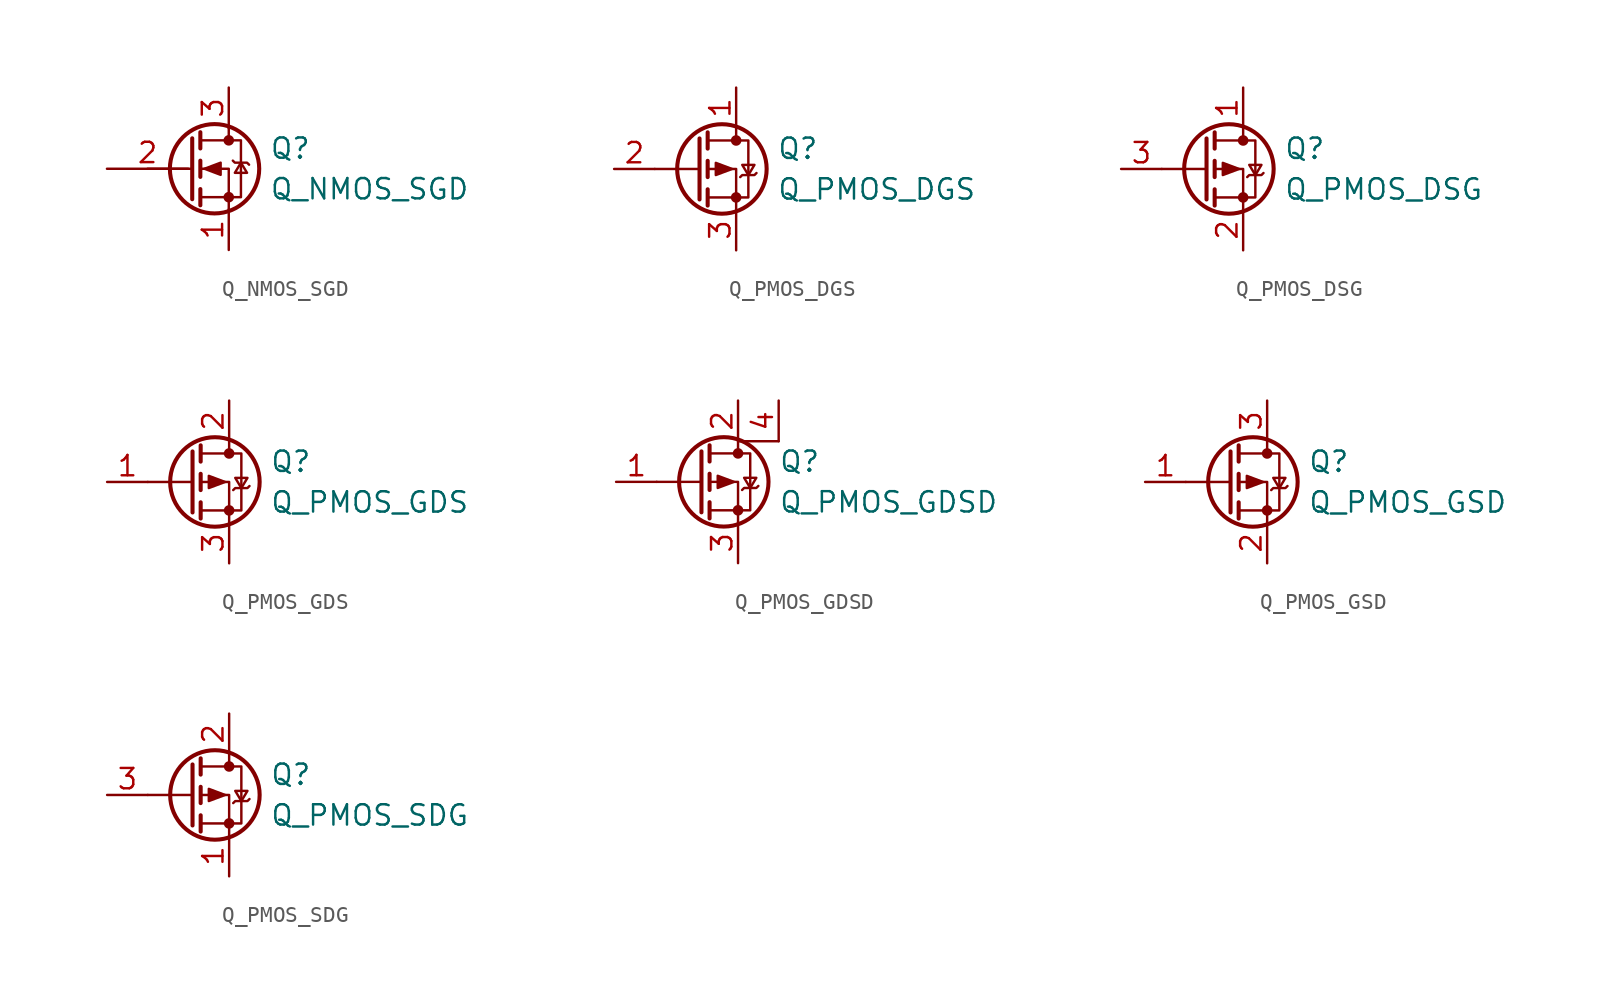
<source format=kicad_sym>
(kicad_symbol_lib
  (version 20201005)
  (generator kicad_symbol_editor)
  (symbol "Q_NMOS_SGD"
    (pin_names
      (offset 0) hide)
    (property "Reference" "Q"
      (at 5.08 1.27 0)
      (effects (font (size 1.27 1.27)) (justify left)))
    (property "Value" "Q_NMOS_SGD"
      (at 5.08 -1.27 0)
      (effects (font (size 1.27 1.27)) (justify left)))
    (symbol "Q_NMOS_SGD_0_1"
      (circle (center 1.651 0) (radius 2.794) (stroke (width 0.254)) (fill (type none)))
      (circle (center 2.54 -1.778) (radius 0.254) (stroke (width 0)) (fill (type outline)))
      (circle (center 2.54 1.778) (radius 0.254) (stroke (width 0)) (fill (type outline)))
      (polyline (pts (xy 0.254 0) (xy -2.54 0)) (stroke (width 0)) (fill (type none)))
      (polyline (pts (xy 0.254 1.905) (xy 0.254 -1.905)) (stroke (width 0.254)) (fill (type none)))
      (polyline (pts (xy 0.762 -1.27) (xy 0.762 -2.286)) (stroke (width 0.254)) (fill (type none)))
      (polyline (pts (xy 0.762 0.508) (xy 0.762 -0.508)) (stroke (width 0.254)) (fill (type none)))
      (polyline (pts (xy 0.762 2.286) (xy 0.762 1.27)) (stroke (width 0.254)) (fill (type none)))
      (polyline (pts (xy 2.54 2.54) (xy 2.54 1.778)) (stroke (width 0)) (fill (type none)))
      (polyline (pts (xy 2.54 -2.54) (xy 2.54 0) (xy 0.762 0)) (stroke (width 0)) (fill (type none)))
      (polyline (pts (xy 0.762 -1.778) (xy 3.302 -1.778) (xy 3.302 1.778) (xy 0.762 1.778)) (stroke (width 0)) (fill (type none)))
      (polyline (pts (xy 2.794 0.508) (xy 2.921 0.381) (xy 3.683 0.381) (xy 3.81 0.254)) (stroke (width 0)) (fill (type none)))
      (polyline (pts (xy 3.302 0.381) (xy 2.921 -0.254) (xy 3.683 -0.254) (xy 3.302 0.381)) (stroke (width 0)) (fill (type none)))
      (polyline (pts (xy 1.016 0) (xy 2.032 0.381) (xy 2.032 -0.381) (xy 1.016 0)) (stroke (width 0)) (fill (type outline))))
    (symbol "Q_NMOS_SGD_1_1"
      (pin passive line (at 2.54 -5.08 90) (length 2.54) (name "S" (effects (font (size 1.27 1.27)))) (number "1" (effects (font (size 1.27 1.27)))))
      (pin input line (at -5.08 0 0) (length 5.08) (name "G" (effects (font (size 1.27 1.27)))) (number "2" (effects (font (size 1.27 1.27)))))
      (pin passive line (at 2.54 5.08 270) (length 2.54) (name "D" (effects (font (size 1.27 1.27)))) (number "3" (effects (font (size 1.27 1.27)))))))
  (symbol "Q_PMOS_DGS"
    (pin_names
      (offset 0) hide)
    (property "Reference" "Q"
      (at 5.08 1.27 0)
      (effects (font (size 1.27 1.27)) (justify left)))
    (property "Value" "Q_PMOS_DGS"
      (at 5.08 -1.27 0)
      (effects (font (size 1.27 1.27)) (justify left)))
    (symbol "Q_PMOS_DGS_0_1"
      (circle (center 1.651 0) (radius 2.794) (stroke (width 0.254)) (fill (type none)))
      (circle (center 2.54 -1.778) (radius 0.254) (stroke (width 0)) (fill (type outline)))
      (circle (center 2.54 1.778) (radius 0.254) (stroke (width 0)) (fill (type outline)))
      (polyline (pts (xy 0.254 0) (xy -2.54 0)) (stroke (width 0)) (fill (type none)))
      (polyline (pts (xy 0.254 1.905) (xy 0.254 -1.905)) (stroke (width 0.254)) (fill (type none)))
      (polyline (pts (xy 0.762 -1.27) (xy 0.762 -2.286)) (stroke (width 0.254)) (fill (type none)))
      (polyline (pts (xy 0.762 0.508) (xy 0.762 -0.508)) (stroke (width 0.254)) (fill (type none)))
      (polyline (pts (xy 0.762 2.286) (xy 0.762 1.27)) (stroke (width 0.254)) (fill (type none)))
      (polyline (pts (xy 2.54 2.54) (xy 2.54 1.778)) (stroke (width 0)) (fill (type none)))
      (polyline (pts (xy 2.54 -2.54) (xy 2.54 0) (xy 0.762 0)) (stroke (width 0)) (fill (type none)))
      (polyline (pts (xy 0.762 1.778) (xy 3.302 1.778) (xy 3.302 -1.778) (xy 0.762 -1.778)) (stroke (width 0)) (fill (type none)))
      (polyline (pts (xy 2.794 -0.508) (xy 2.921 -0.381) (xy 3.683 -0.381) (xy 3.81 -0.254)) (stroke (width 0)) (fill (type none)))
      (polyline (pts (xy 3.302 -0.381) (xy 2.921 0.254) (xy 3.683 0.254) (xy 3.302 -0.381)) (stroke (width 0)) (fill (type none)))
      (polyline (pts (xy 2.286 0) (xy 1.27 0.381) (xy 1.27 -0.381) (xy 2.286 0)) (stroke (width 0)) (fill (type outline))))
    (symbol "Q_PMOS_DGS_1_1"
      (pin passive line (at 2.54 5.08 270) (length 2.54) (name "D" (effects (font (size 1.27 1.27)))) (number "1" (effects (font (size 1.27 1.27)))))
      (pin input line (at -5.08 0 0) (length 2.54) (name "G" (effects (font (size 1.27 1.27)))) (number "2" (effects (font (size 1.27 1.27)))))
      (pin passive line (at 2.54 -5.08 90) (length 2.54) (name "S" (effects (font (size 1.27 1.27)))) (number "3" (effects (font (size 1.27 1.27)))))))
  (symbol "Q_PMOS_DSG"
    (pin_names
      (offset 0) hide)
    (property "Reference" "Q"
      (at 5.08 1.27 0)
      (effects (font (size 1.27 1.27)) (justify left)))
    (property "Value" "Q_PMOS_DSG"
      (at 5.08 -1.27 0)
      (effects (font (size 1.27 1.27)) (justify left)))
    (symbol "Q_PMOS_DSG_0_1"
      (circle (center 1.651 0) (radius 2.794) (stroke (width 0.254)) (fill (type none)))
      (circle (center 2.54 -1.778) (radius 0.254) (stroke (width 0)) (fill (type outline)))
      (circle (center 2.54 1.778) (radius 0.254) (stroke (width 0)) (fill (type outline)))
      (polyline (pts (xy 0.254 0) (xy -2.54 0)) (stroke (width 0)) (fill (type none)))
      (polyline (pts (xy 0.254 1.905) (xy 0.254 -1.905)) (stroke (width 0.254)) (fill (type none)))
      (polyline (pts (xy 0.762 -1.27) (xy 0.762 -2.286)) (stroke (width 0.254)) (fill (type none)))
      (polyline (pts (xy 0.762 0.508) (xy 0.762 -0.508)) (stroke (width 0.254)) (fill (type none)))
      (polyline (pts (xy 0.762 2.286) (xy 0.762 1.27)) (stroke (width 0.254)) (fill (type none)))
      (polyline (pts (xy 2.54 2.54) (xy 2.54 1.778)) (stroke (width 0)) (fill (type none)))
      (polyline (pts (xy 2.54 -2.54) (xy 2.54 0) (xy 0.762 0)) (stroke (width 0)) (fill (type none)))
      (polyline (pts (xy 0.762 1.778) (xy 3.302 1.778) (xy 3.302 -1.778) (xy 0.762 -1.778)) (stroke (width 0)) (fill (type none)))
      (polyline (pts (xy 2.794 -0.508) (xy 2.921 -0.381) (xy 3.683 -0.381) (xy 3.81 -0.254)) (stroke (width 0)) (fill (type none)))
      (polyline (pts (xy 3.302 -0.381) (xy 2.921 0.254) (xy 3.683 0.254) (xy 3.302 -0.381)) (stroke (width 0)) (fill (type none)))
      (polyline (pts (xy 2.286 0) (xy 1.27 0.381) (xy 1.27 -0.381) (xy 2.286 0)) (stroke (width 0)) (fill (type outline))))
    (symbol "Q_PMOS_DSG_1_1"
      (pin passive line (at 2.54 5.08 270) (length 2.54) (name "D" (effects (font (size 1.27 1.27)))) (number "1" (effects (font (size 1.27 1.27)))))
      (pin passive line (at 2.54 -5.08 90) (length 2.54) (name "S" (effects (font (size 1.27 1.27)))) (number "2" (effects (font (size 1.27 1.27)))))
      (pin input line (at -5.08 0 0) (length 2.54) (name "G" (effects (font (size 1.27 1.27)))) (number "3" (effects (font (size 1.27 1.27)))))))
  (symbol "Q_PMOS_GDS"
    (pin_names
      (offset 0) hide)
    (property "Reference" "Q"
      (at 5.08 1.27 0)
      (effects (font (size 1.27 1.27)) (justify left)))
    (property "Value" "Q_PMOS_GDS"
      (at 5.08 -1.27 0)
      (effects (font (size 1.27 1.27)) (justify left)))
    (symbol "Q_PMOS_GDS_0_1"
      (circle (center 1.651 0) (radius 2.794) (stroke (width 0.254)) (fill (type none)))
      (circle (center 2.54 -1.778) (radius 0.254) (stroke (width 0)) (fill (type outline)))
      (circle (center 2.54 1.778) (radius 0.254) (stroke (width 0)) (fill (type outline)))
      (polyline (pts (xy 0.254 0) (xy -2.54 0)) (stroke (width 0)) (fill (type none)))
      (polyline (pts (xy 0.254 1.905) (xy 0.254 -1.905)) (stroke (width 0.254)) (fill (type none)))
      (polyline (pts (xy 0.762 -1.27) (xy 0.762 -2.286)) (stroke (width 0.254)) (fill (type none)))
      (polyline (pts (xy 0.762 0.508) (xy 0.762 -0.508)) (stroke (width 0.254)) (fill (type none)))
      (polyline (pts (xy 0.762 2.286) (xy 0.762 1.27)) (stroke (width 0.254)) (fill (type none)))
      (polyline (pts (xy 2.54 2.54) (xy 2.54 1.778)) (stroke (width 0)) (fill (type none)))
      (polyline (pts (xy 2.54 -2.54) (xy 2.54 0) (xy 0.762 0)) (stroke (width 0)) (fill (type none)))
      (polyline (pts (xy 0.762 1.778) (xy 3.302 1.778) (xy 3.302 -1.778) (xy 0.762 -1.778)) (stroke (width 0)) (fill (type none)))
      (polyline (pts (xy 2.794 -0.508) (xy 2.921 -0.381) (xy 3.683 -0.381) (xy 3.81 -0.254)) (stroke (width 0)) (fill (type none)))
      (polyline (pts (xy 3.302 -0.381) (xy 2.921 0.254) (xy 3.683 0.254) (xy 3.302 -0.381)) (stroke (width 0)) (fill (type none)))
      (polyline (pts (xy 2.286 0) (xy 1.27 0.381) (xy 1.27 -0.381) (xy 2.286 0)) (stroke (width 0)) (fill (type outline))))
    (symbol "Q_PMOS_GDS_1_1"
      (pin input line (at -5.08 0 0) (length 2.54) (name "G" (effects (font (size 1.27 1.27)))) (number "1" (effects (font (size 1.27 1.27)))))
      (pin passive line (at 2.54 5.08 270) (length 2.54) (name "D" (effects (font (size 1.27 1.27)))) (number "2" (effects (font (size 1.27 1.27)))))
      (pin passive line (at 2.54 -5.08 90) (length 2.54) (name "S" (effects (font (size 1.27 1.27)))) (number "3" (effects (font (size 1.27 1.27)))))))
  (symbol "Q_PMOS_GDSD"
    (pin_names
      (offset 0) hide)
    (property "Reference" "Q"
      (at 5.08 1.27 0)
      (effects (font (size 1.27 1.27)) (justify left)))
    (property "Value" "Q_PMOS_GDSD"
      (at 5.08 -1.27 0)
      (effects (font (size 1.27 1.27)) (justify left)))
    (symbol "Q_PMOS_GDSD_0_1"
      (circle (center 1.651 0) (radius 2.794) (stroke (width 0.254)) (fill (type none)))
      (circle (center 2.54 -1.778) (radius 0.254) (stroke (width 0)) (fill (type outline)))
      (circle (center 2.54 1.778) (radius 0.254) (stroke (width 0)) (fill (type outline)))
      (polyline (pts (xy 0.254 0) (xy -2.54 0)) (stroke (width 0)) (fill (type none)))
      (polyline (pts (xy 0.254 1.905) (xy 0.254 -1.905)) (stroke (width 0.254)) (fill (type none)))
      (polyline (pts (xy 0.762 -1.27) (xy 0.762 -2.286)) (stroke (width 0.254)) (fill (type none)))
      (polyline (pts (xy 0.762 0.508) (xy 0.762 -0.508)) (stroke (width 0.254)) (fill (type none)))
      (polyline (pts (xy 0.762 2.286) (xy 0.762 1.27)) (stroke (width 0.254)) (fill (type none)))
      (polyline (pts (xy 2.54 -2.54) (xy 2.54 0) (xy 0.762 0)) (stroke (width 0)) (fill (type none)))
      (polyline (pts (xy 5.08 2.54) (xy 2.54 2.54) (xy 2.54 1.778)) (stroke (width 0)) (fill (type none)))
      (polyline (pts (xy 0.762 1.778) (xy 3.302 1.778) (xy 3.302 -1.778) (xy 0.762 -1.778)) (stroke (width 0)) (fill (type none)))
      (polyline (pts (xy 2.794 -0.508) (xy 2.921 -0.381) (xy 3.683 -0.381) (xy 3.81 -0.254)) (stroke (width 0)) (fill (type none)))
      (polyline (pts (xy 3.302 -0.381) (xy 2.921 0.254) (xy 3.683 0.254) (xy 3.302 -0.381)) (stroke (width 0)) (fill (type none)))
      (polyline (pts (xy 2.286 0) (xy 1.27 0.381) (xy 1.27 -0.381) (xy 2.286 0)) (stroke (width 0)) (fill (type outline))))
    (symbol "Q_PMOS_GDSD_1_1"
      (pin input line (at -5.08 0 0) (length 2.54) (name "G" (effects (font (size 1.27 1.27)))) (number "1" (effects (font (size 1.27 1.27)))))
      (pin passive line (at 2.54 5.08 270) (length 2.54) (name "D" (effects (font (size 1.27 1.27)))) (number "2" (effects (font (size 1.27 1.27)))))
      (pin passive line (at 2.54 -5.08 90) (length 2.54) (name "S" (effects (font (size 1.27 1.27)))) (number "3" (effects (font (size 1.27 1.27)))))
      (pin passive line (at 5.08 5.08 270) (length 2.54) (name "D" (effects (font (size 1.27 1.27)))) (number "4" (effects (font (size 1.27 1.27)))))))
  (symbol "Q_PMOS_GSD"
    (pin_names
      (offset 0) hide)
    (property "Reference" "Q"
      (at 5.08 1.27 0)
      (effects (font (size 1.27 1.27)) (justify left)))
    (property "Value" "Q_PMOS_GSD"
      (at 5.08 -1.27 0)
      (effects (font (size 1.27 1.27)) (justify left)))
    (symbol "Q_PMOS_GSD_0_1"
      (circle (center 1.651 0) (radius 2.794) (stroke (width 0.254)) (fill (type none)))
      (circle (center 2.54 -1.778) (radius 0.254) (stroke (width 0)) (fill (type outline)))
      (circle (center 2.54 1.778) (radius 0.254) (stroke (width 0)) (fill (type outline)))
      (polyline (pts (xy 0.254 0) (xy -2.54 0)) (stroke (width 0)) (fill (type none)))
      (polyline (pts (xy 0.254 1.905) (xy 0.254 -1.905)) (stroke (width 0.254)) (fill (type none)))
      (polyline (pts (xy 0.762 -1.27) (xy 0.762 -2.286)) (stroke (width 0.254)) (fill (type none)))
      (polyline (pts (xy 0.762 0.508) (xy 0.762 -0.508)) (stroke (width 0.254)) (fill (type none)))
      (polyline (pts (xy 0.762 2.286) (xy 0.762 1.27)) (stroke (width 0.254)) (fill (type none)))
      (polyline (pts (xy 2.54 2.54) (xy 2.54 1.778)) (stroke (width 0)) (fill (type none)))
      (polyline (pts (xy 2.54 -2.54) (xy 2.54 0) (xy 0.762 0)) (stroke (width 0)) (fill (type none)))
      (polyline (pts (xy 0.762 1.778) (xy 3.302 1.778) (xy 3.302 -1.778) (xy 0.762 -1.778)) (stroke (width 0)) (fill (type none)))
      (polyline (pts (xy 2.794 -0.508) (xy 2.921 -0.381) (xy 3.683 -0.381) (xy 3.81 -0.254)) (stroke (width 0)) (fill (type none)))
      (polyline (pts (xy 3.302 -0.381) (xy 2.921 0.254) (xy 3.683 0.254) (xy 3.302 -0.381)) (stroke (width 0)) (fill (type none)))
      (polyline (pts (xy 2.286 0) (xy 1.27 0.381) (xy 1.27 -0.381) (xy 2.286 0)) (stroke (width 0)) (fill (type outline))))
    (symbol "Q_PMOS_GSD_1_1"
      (pin input line (at -5.08 0 0) (length 2.54) (name "G" (effects (font (size 1.27 1.27)))) (number "1" (effects (font (size 1.27 1.27)))))
      (pin passive line (at 2.54 -5.08 90) (length 2.54) (name "S" (effects (font (size 1.27 1.27)))) (number "2" (effects (font (size 1.27 1.27)))))
      (pin passive line (at 2.54 5.08 270) (length 2.54) (name "D" (effects (font (size 1.27 1.27)))) (number "3" (effects (font (size 1.27 1.27)))))))
  (symbol "Q_PMOS_SDG"
    (pin_names
      (offset 0) hide)
    (property "Reference" "Q"
      (at 5.08 1.27 0)
      (effects (font (size 1.27 1.27)) (justify left)))
    (property "Value" "Q_PMOS_SDG"
      (at 5.08 -1.27 0)
      (effects (font (size 1.27 1.27)) (justify left)))
    (symbol "Q_PMOS_SDG_0_1"
      (circle (center 1.651 0) (radius 2.794) (stroke (width 0.254)) (fill (type none)))
      (circle (center 2.54 -1.778) (radius 0.254) (stroke (width 0)) (fill (type outline)))
      (circle (center 2.54 1.778) (radius 0.254) (stroke (width 0)) (fill (type outline)))
      (polyline (pts (xy 0.254 0) (xy -2.54 0)) (stroke (width 0)) (fill (type none)))
      (polyline (pts (xy 0.254 1.905) (xy 0.254 -1.905)) (stroke (width 0.254)) (fill (type none)))
      (polyline (pts (xy 0.762 -1.27) (xy 0.762 -2.286)) (stroke (width 0.254)) (fill (type none)))
      (polyline (pts (xy 0.762 0.508) (xy 0.762 -0.508)) (stroke (width 0.254)) (fill (type none)))
      (polyline (pts (xy 0.762 2.286) (xy 0.762 1.27)) (stroke (width 0.254)) (fill (type none)))
      (polyline (pts (xy 2.54 2.54) (xy 2.54 1.778)) (stroke (width 0)) (fill (type none)))
      (polyline (pts (xy 2.54 -2.54) (xy 2.54 0) (xy 0.762 0)) (stroke (width 0)) (fill (type none)))
      (polyline (pts (xy 0.762 1.778) (xy 3.302 1.778) (xy 3.302 -1.778) (xy 0.762 -1.778)) (stroke (width 0)) (fill (type none)))
      (polyline (pts (xy 2.794 -0.508) (xy 2.921 -0.381) (xy 3.683 -0.381) (xy 3.81 -0.254)) (stroke (width 0)) (fill (type none)))
      (polyline (pts (xy 3.302 -0.381) (xy 2.921 0.254) (xy 3.683 0.254) (xy 3.302 -0.381)) (stroke (width 0)) (fill (type none)))
      (polyline (pts (xy 2.286 0) (xy 1.27 0.381) (xy 1.27 -0.381) (xy 2.286 0)) (stroke (width 0)) (fill (type outline))))
    (symbol "Q_PMOS_SDG_1_1"
      (pin passive line (at 2.54 -5.08 90) (length 2.54) (name "S" (effects (font (size 1.27 1.27)))) (number "1" (effects (font (size 1.27 1.27)))))
      (pin passive line (at 2.54 5.08 270) (length 2.54) (name "D" (effects (font (size 1.27 1.27)))) (number "2" (effects (font (size 1.27 1.27)))))
      (pin input line (at -5.08 0 0) (length 2.54) (name "G" (effects (font (size 1.27 1.27)))) (number "3" (effects (font (size 1.27 1.27))))))))
</source>
